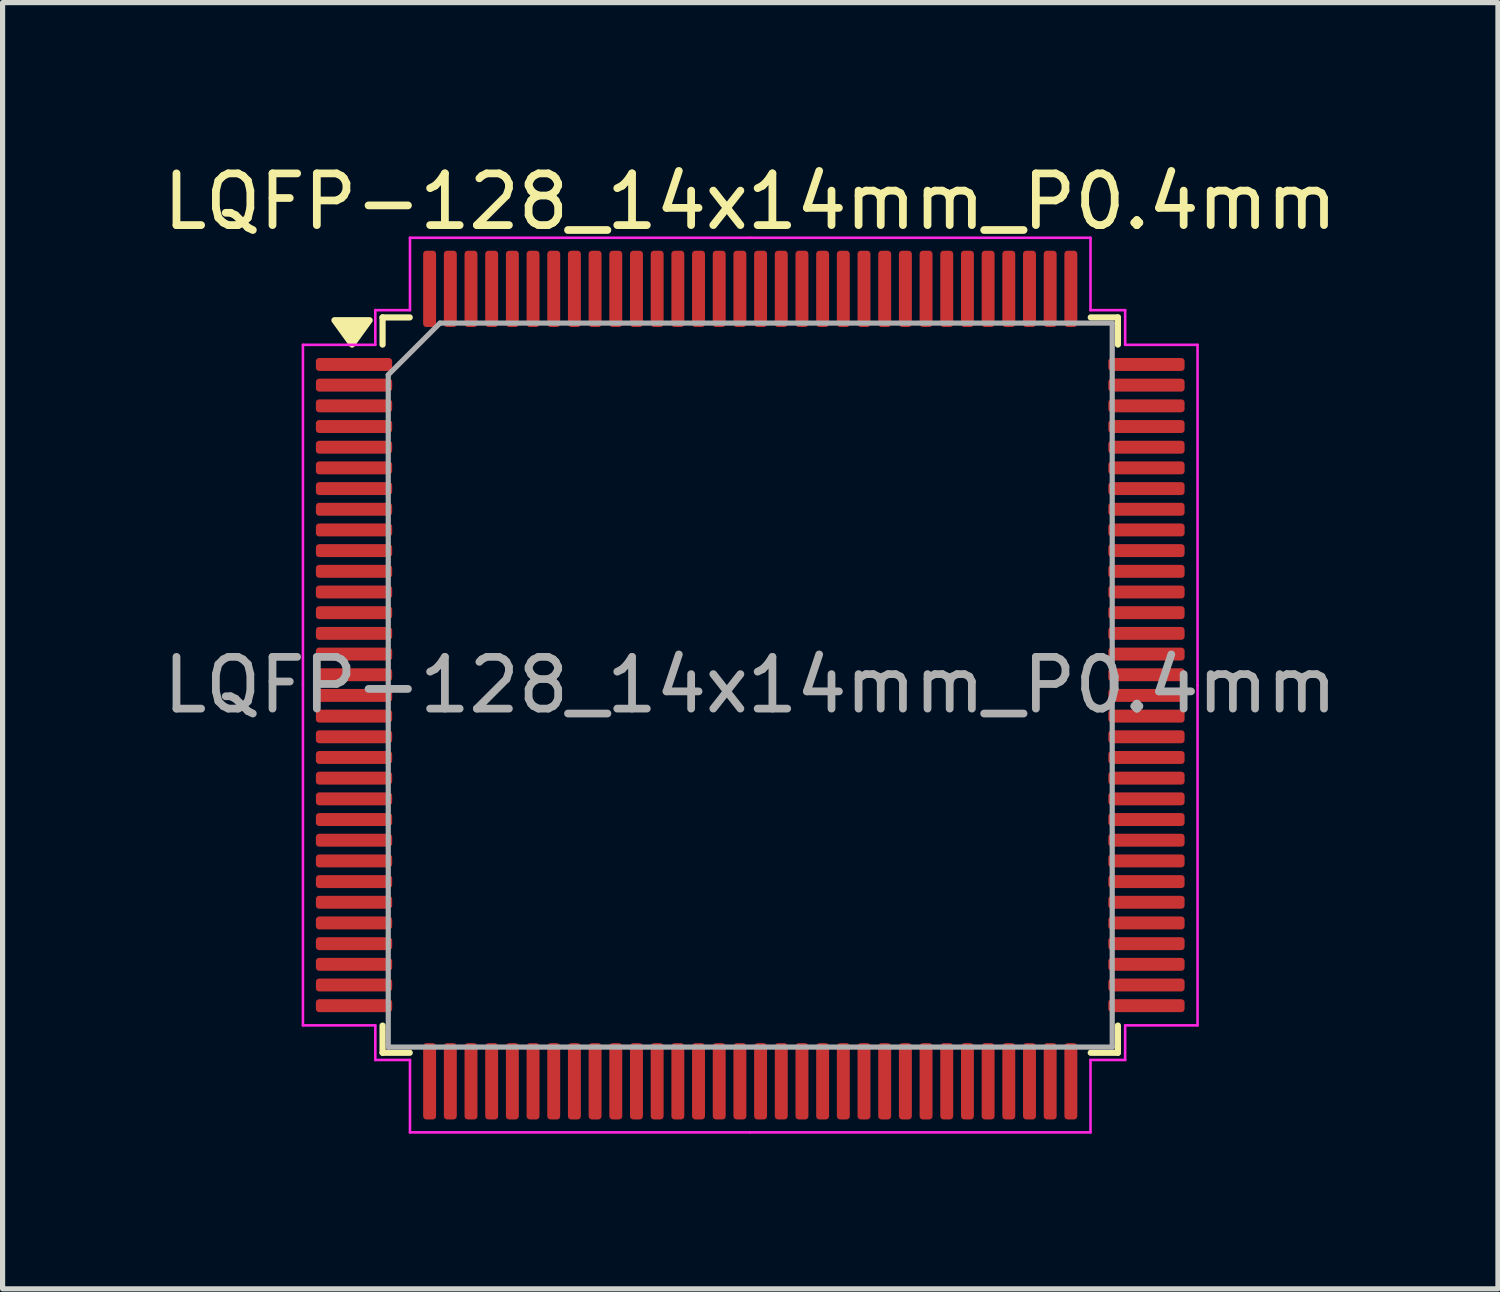
<source format=kicad_pcb>
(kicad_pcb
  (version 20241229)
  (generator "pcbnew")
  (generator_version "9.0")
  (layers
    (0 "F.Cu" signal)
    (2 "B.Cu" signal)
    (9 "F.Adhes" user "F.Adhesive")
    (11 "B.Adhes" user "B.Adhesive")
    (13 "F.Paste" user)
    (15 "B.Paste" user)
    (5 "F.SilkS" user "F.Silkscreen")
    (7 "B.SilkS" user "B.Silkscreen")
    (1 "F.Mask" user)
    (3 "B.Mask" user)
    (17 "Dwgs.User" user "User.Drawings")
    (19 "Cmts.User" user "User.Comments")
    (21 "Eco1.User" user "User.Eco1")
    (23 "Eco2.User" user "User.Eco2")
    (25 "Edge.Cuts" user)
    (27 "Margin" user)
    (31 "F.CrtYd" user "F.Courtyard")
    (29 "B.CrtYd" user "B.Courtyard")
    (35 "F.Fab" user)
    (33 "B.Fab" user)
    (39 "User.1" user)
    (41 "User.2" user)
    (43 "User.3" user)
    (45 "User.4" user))
  (footprint "LQFP-128_14x14mm_P0.4mm"
    (layer "F.Cu")
    (at 11.458 10.198)
    (property "Reference" "LQFP-128_14x14mm_P0.4mm" (at 0 -9.35 0) (layer "F.SilkS") (effects (font (size 1 1) (thickness 0.15))))
    (attr smd)
    (fp_line (start -7.11 -7.11) (end -7.11 -6.585) (stroke (width 0.12) (type solid)) (layer "F.SilkS"))
    (fp_line (start -7.11 7.11) (end -7.11 6.585) (stroke (width 0.12) (type solid)) (layer "F.SilkS"))
    (fp_line (start -6.585 -7.11) (end -7.11 -7.11) (stroke (width 0.12) (type solid)) (layer "F.SilkS"))
    (fp_line (start -6.585 7.11) (end -7.11 7.11) (stroke (width 0.12) (type solid)) (layer "F.SilkS"))
    (fp_line (start 6.585 -7.11) (end 7.11 -7.11) (stroke (width 0.12) (type solid)) (layer "F.SilkS"))
    (fp_line (start 6.585 7.11) (end 7.11 7.11) (stroke (width 0.12) (type solid)) (layer "F.SilkS"))
    (fp_line (start 7.11 -7.11) (end 7.11 -6.585) (stroke (width 0.12) (type solid)) (layer "F.SilkS"))
    (fp_line (start 7.11 7.11) (end 7.11 6.585) (stroke (width 0.12) (type solid)) (layer "F.SilkS"))
    (fp_poly (pts (xy -7.7 -6.585) (xy -8.04 -7.055) (xy -7.36 -7.055) (xy -7.7 -6.585)) (stroke (width 0.12) (type solid)) (fill yes) (layer "F.SilkS"))
    (fp_line (start -8.65 -6.58) (end -8.65 0) (stroke (width 0.05) (type solid)) (layer "F.CrtYd"))
    (fp_line (start -8.65 6.58) (end -8.65 0) (stroke (width 0.05) (type solid)) (layer "F.CrtYd"))
    (fp_line (start -7.25 -7.25) (end -7.25 -6.58) (stroke (width 0.05) (type solid)) (layer "F.CrtYd"))
    (fp_line (start -7.25 -6.58) (end -8.65 -6.58) (stroke (width 0.05) (type solid)) (layer "F.CrtYd"))
    (fp_line (start -7.25 6.58) (end -8.65 6.58) (stroke (width 0.05) (type solid)) (layer "F.CrtYd"))
    (fp_line (start -7.25 7.25) (end -7.25 6.58) (stroke (width 0.05) (type solid)) (layer "F.CrtYd"))
    (fp_line (start -6.58 -8.65) (end -6.58 -7.25) (stroke (width 0.05) (type solid)) (layer "F.CrtYd"))
    (fp_line (start -6.58 -7.25) (end -7.25 -7.25) (stroke (width 0.05) (type solid)) (layer "F.CrtYd"))
    (fp_line (start -6.58 7.25) (end -7.25 7.25) (stroke (width 0.05) (type solid)) (layer "F.CrtYd"))
    (fp_line (start -6.58 8.65) (end -6.58 7.25) (stroke (width 0.05) (type solid)) (layer "F.CrtYd"))
    (fp_line (start 0 -8.65) (end -6.58 -8.65) (stroke (width 0.05) (type solid)) (layer "F.CrtYd"))
    (fp_line (start 0 -8.65) (end 6.58 -8.65) (stroke (width 0.05) (type solid)) (layer "F.CrtYd"))
    (fp_line (start 0 8.65) (end -6.58 8.65) (stroke (width 0.05) (type solid)) (layer "F.CrtYd"))
    (fp_line (start 0 8.65) (end 6.58 8.65) (stroke (width 0.05) (type solid)) (layer "F.CrtYd"))
    (fp_line (start 6.58 -8.65) (end 6.58 -7.25) (stroke (width 0.05) (type solid)) (layer "F.CrtYd"))
    (fp_line (start 6.58 -7.25) (end 7.25 -7.25) (stroke (width 0.05) (type solid)) (layer "F.CrtYd"))
    (fp_line (start 6.58 7.25) (end 7.25 7.25) (stroke (width 0.05) (type solid)) (layer "F.CrtYd"))
    (fp_line (start 6.58 8.65) (end 6.58 7.25) (stroke (width 0.05) (type solid)) (layer "F.CrtYd"))
    (fp_line (start 7.25 -7.25) (end 7.25 -6.58) (stroke (width 0.05) (type solid)) (layer "F.CrtYd"))
    (fp_line (start 7.25 -6.58) (end 8.65 -6.58) (stroke (width 0.05) (type solid)) (layer "F.CrtYd"))
    (fp_line (start 7.25 6.58) (end 8.65 6.58) (stroke (width 0.05) (type solid)) (layer "F.CrtYd"))
    (fp_line (start 7.25 7.25) (end 7.25 6.58) (stroke (width 0.05) (type solid)) (layer "F.CrtYd"))
    (fp_line (start 8.65 -6.58) (end 8.65 0) (stroke (width 0.05) (type solid)) (layer "F.CrtYd"))
    (fp_line (start 8.65 6.58) (end 8.65 0) (stroke (width 0.05) (type solid)) (layer "F.CrtYd"))
    (fp_line (start -7 -6) (end -6 -7) (stroke (width 0.1) (type solid)) (layer "F.Fab"))
    (fp_line (start -7 7) (end -7 -6) (stroke (width 0.1) (type solid)) (layer "F.Fab"))
    (fp_line (start -6 -7) (end 7 -7) (stroke (width 0.1) (type solid)) (layer "F.Fab"))
    (fp_line (start 7 -7) (end 7 7) (stroke (width 0.1) (type solid)) (layer "F.Fab"))
    (fp_line (start 7 7) (end -7 7) (stroke (width 0.1) (type solid)) (layer "F.Fab"))
    (fp_text user "${REFERENCE}" (at 0 0 0) (layer "F.Fab") (effects (font (size 1 1) (thickness 0.15))))
    (pad "1" smd roundrect (at -7.662 -6.2) (size 1.475 0.25) (layers "F.Cu" "F.Mask" "F.Paste") (roundrect_rratio 0.25))
    (pad "2" smd roundrect (at -7.662 -5.8) (size 1.475 0.25) (layers "F.Cu" "F.Mask" "F.Paste") (roundrect_rratio 0.25))
    (pad "3" smd roundrect (at -7.662 -5.4) (size 1.475 0.25) (layers "F.Cu" "F.Mask" "F.Paste") (roundrect_rratio 0.25))
    (pad "4" smd roundrect (at -7.662 -5) (size 1.475 0.25) (layers "F.Cu" "F.Mask" "F.Paste") (roundrect_rratio 0.25))
    (pad "5" smd roundrect (at -7.662 -4.6) (size 1.475 0.25) (layers "F.Cu" "F.Mask" "F.Paste") (roundrect_rratio 0.25))
    (pad "6" smd roundrect (at -7.662 -4.2) (size 1.475 0.25) (layers "F.Cu" "F.Mask" "F.Paste") (roundrect_rratio 0.25))
    (pad "7" smd roundrect (at -7.662 -3.8) (size 1.475 0.25) (layers "F.Cu" "F.Mask" "F.Paste") (roundrect_rratio 0.25))
    (pad "8" smd roundrect (at -7.662 -3.4) (size 1.475 0.25) (layers "F.Cu" "F.Mask" "F.Paste") (roundrect_rratio 0.25))
    (pad "9" smd roundrect (at -7.662 -3) (size 1.475 0.25) (layers "F.Cu" "F.Mask" "F.Paste") (roundrect_rratio 0.25))
    (pad "10" smd roundrect (at -7.662 -2.6) (size 1.475 0.25) (layers "F.Cu" "F.Mask" "F.Paste") (roundrect_rratio 0.25))
    (pad "11" smd roundrect (at -7.662 -2.2) (size 1.475 0.25) (layers "F.Cu" "F.Mask" "F.Paste") (roundrect_rratio 0.25))
    (pad "12" smd roundrect (at -7.662 -1.8) (size 1.475 0.25) (layers "F.Cu" "F.Mask" "F.Paste") (roundrect_rratio 0.25))
    (pad "13" smd roundrect (at -7.662 -1.4) (size 1.475 0.25) (layers "F.Cu" "F.Mask" "F.Paste") (roundrect_rratio 0.25))
    (pad "14" smd roundrect (at -7.662 -1) (size 1.475 0.25) (layers "F.Cu" "F.Mask" "F.Paste") (roundrect_rratio 0.25))
    (pad "15" smd roundrect (at -7.662 -0.6) (size 1.475 0.25) (layers "F.Cu" "F.Mask" "F.Paste") (roundrect_rratio 0.25))
    (pad "16" smd roundrect (at -7.662 -0.2) (size 1.475 0.25) (layers "F.Cu" "F.Mask" "F.Paste") (roundrect_rratio 0.25))
    (pad "17" smd roundrect (at -7.662 0.2) (size 1.475 0.25) (layers "F.Cu" "F.Mask" "F.Paste") (roundrect_rratio 0.25))
    (pad "18" smd roundrect (at -7.662 0.6) (size 1.475 0.25) (layers "F.Cu" "F.Mask" "F.Paste") (roundrect_rratio 0.25))
    (pad "19" smd roundrect (at -7.662 1) (size 1.475 0.25) (layers "F.Cu" "F.Mask" "F.Paste") (roundrect_rratio 0.25))
    (pad "20" smd roundrect (at -7.662 1.4) (size 1.475 0.25) (layers "F.Cu" "F.Mask" "F.Paste") (roundrect_rratio 0.25))
    (pad "21" smd roundrect (at -7.662 1.8) (size 1.475 0.25) (layers "F.Cu" "F.Mask" "F.Paste") (roundrect_rratio 0.25))
    (pad "22" smd roundrect (at -7.662 2.2) (size 1.475 0.25) (layers "F.Cu" "F.Mask" "F.Paste") (roundrect_rratio 0.25))
    (pad "23" smd roundrect (at -7.662 2.6) (size 1.475 0.25) (layers "F.Cu" "F.Mask" "F.Paste") (roundrect_rratio 0.25))
    (pad "24" smd roundrect (at -7.662 3) (size 1.475 0.25) (layers "F.Cu" "F.Mask" "F.Paste") (roundrect_rratio 0.25))
    (pad "25" smd roundrect (at -7.662 3.4) (size 1.475 0.25) (layers "F.Cu" "F.Mask" "F.Paste") (roundrect_rratio 0.25))
    (pad "26" smd roundrect (at -7.662 3.8) (size 1.475 0.25) (layers "F.Cu" "F.Mask" "F.Paste") (roundrect_rratio 0.25))
    (pad "27" smd roundrect (at -7.662 4.2) (size 1.475 0.25) (layers "F.Cu" "F.Mask" "F.Paste") (roundrect_rratio 0.25))
    (pad "28" smd roundrect (at -7.662 4.6) (size 1.475 0.25) (layers "F.Cu" "F.Mask" "F.Paste") (roundrect_rratio 0.25))
    (pad "29" smd roundrect (at -7.662 5) (size 1.475 0.25) (layers "F.Cu" "F.Mask" "F.Paste") (roundrect_rratio 0.25))
    (pad "30" smd roundrect (at -7.662 5.4) (size 1.475 0.25) (layers "F.Cu" "F.Mask" "F.Paste") (roundrect_rratio 0.25))
    (pad "31" smd roundrect (at -7.662 5.8) (size 1.475 0.25) (layers "F.Cu" "F.Mask" "F.Paste") (roundrect_rratio 0.25))
    (pad "32" smd roundrect (at -7.662 6.2) (size 1.475 0.25) (layers "F.Cu" "F.Mask" "F.Paste") (roundrect_rratio 0.25))
    (pad "33" smd roundrect (at -6.2 7.662) (size 0.25 1.475) (layers "F.Cu" "F.Mask" "F.Paste") (roundrect_rratio 0.25))
    (pad "34" smd roundrect (at -5.8 7.662) (size 0.25 1.475) (layers "F.Cu" "F.Mask" "F.Paste") (roundrect_rratio 0.25))
    (pad "35" smd roundrect (at -5.4 7.662) (size 0.25 1.475) (layers "F.Cu" "F.Mask" "F.Paste") (roundrect_rratio 0.25))
    (pad "36" smd roundrect (at -5 7.662) (size 0.25 1.475) (layers "F.Cu" "F.Mask" "F.Paste") (roundrect_rratio 0.25))
    (pad "37" smd roundrect (at -4.6 7.662) (size 0.25 1.475) (layers "F.Cu" "F.Mask" "F.Paste") (roundrect_rratio 0.25))
    (pad "38" smd roundrect (at -4.2 7.662) (size 0.25 1.475) (layers "F.Cu" "F.Mask" "F.Paste") (roundrect_rratio 0.25))
    (pad "39" smd roundrect (at -3.8 7.662) (size 0.25 1.475) (layers "F.Cu" "F.Mask" "F.Paste") (roundrect_rratio 0.25))
    (pad "40" smd roundrect (at -3.4 7.662) (size 0.25 1.475) (layers "F.Cu" "F.Mask" "F.Paste") (roundrect_rratio 0.25))
    (pad "41" smd roundrect (at -3 7.662) (size 0.25 1.475) (layers "F.Cu" "F.Mask" "F.Paste") (roundrect_rratio 0.25))
    (pad "42" smd roundrect (at -2.6 7.662) (size 0.25 1.475) (layers "F.Cu" "F.Mask" "F.Paste") (roundrect_rratio 0.25))
    (pad "43" smd roundrect (at -2.2 7.662) (size 0.25 1.475) (layers "F.Cu" "F.Mask" "F.Paste") (roundrect_rratio 0.25))
    (pad "44" smd roundrect (at -1.8 7.662) (size 0.25 1.475) (layers "F.Cu" "F.Mask" "F.Paste") (roundrect_rratio 0.25))
    (pad "45" smd roundrect (at -1.4 7.662) (size 0.25 1.475) (layers "F.Cu" "F.Mask" "F.Paste") (roundrect_rratio 0.25))
    (pad "46" smd roundrect (at -1 7.662) (size 0.25 1.475) (layers "F.Cu" "F.Mask" "F.Paste") (roundrect_rratio 0.25))
    (pad "47" smd roundrect (at -0.6 7.662) (size 0.25 1.475) (layers "F.Cu" "F.Mask" "F.Paste") (roundrect_rratio 0.25))
    (pad "48" smd roundrect (at -0.2 7.662) (size 0.25 1.475) (layers "F.Cu" "F.Mask" "F.Paste") (roundrect_rratio 0.25))
    (pad "49" smd roundrect (at 0.2 7.662) (size 0.25 1.475) (layers "F.Cu" "F.Mask" "F.Paste") (roundrect_rratio 0.25))
    (pad "50" smd roundrect (at 0.6 7.662) (size 0.25 1.475) (layers "F.Cu" "F.Mask" "F.Paste") (roundrect_rratio 0.25))
    (pad "51" smd roundrect (at 1 7.662) (size 0.25 1.475) (layers "F.Cu" "F.Mask" "F.Paste") (roundrect_rratio 0.25))
    (pad "52" smd roundrect (at 1.4 7.662) (size 0.25 1.475) (layers "F.Cu" "F.Mask" "F.Paste") (roundrect_rratio 0.25))
    (pad "53" smd roundrect (at 1.8 7.662) (size 0.25 1.475) (layers "F.Cu" "F.Mask" "F.Paste") (roundrect_rratio 0.25))
    (pad "54" smd roundrect (at 2.2 7.662) (size 0.25 1.475) (layers "F.Cu" "F.Mask" "F.Paste") (roundrect_rratio 0.25))
    (pad "55" smd roundrect (at 2.6 7.662) (size 0.25 1.475) (layers "F.Cu" "F.Mask" "F.Paste") (roundrect_rratio 0.25))
    (pad "56" smd roundrect (at 3 7.662) (size 0.25 1.475) (layers "F.Cu" "F.Mask" "F.Paste") (roundrect_rratio 0.25))
    (pad "57" smd roundrect (at 3.4 7.662) (size 0.25 1.475) (layers "F.Cu" "F.Mask" "F.Paste") (roundrect_rratio 0.25))
    (pad "58" smd roundrect (at 3.8 7.662) (size 0.25 1.475) (layers "F.Cu" "F.Mask" "F.Paste") (roundrect_rratio 0.25))
    (pad "59" smd roundrect (at 4.2 7.662) (size 0.25 1.475) (layers "F.Cu" "F.Mask" "F.Paste") (roundrect_rratio 0.25))
    (pad "60" smd roundrect (at 4.6 7.662) (size 0.25 1.475) (layers "F.Cu" "F.Mask" "F.Paste") (roundrect_rratio 0.25))
    (pad "61" smd roundrect (at 5 7.662) (size 0.25 1.475) (layers "F.Cu" "F.Mask" "F.Paste") (roundrect_rratio 0.25))
    (pad "62" smd roundrect (at 5.4 7.662) (size 0.25 1.475) (layers "F.Cu" "F.Mask" "F.Paste") (roundrect_rratio 0.25))
    (pad "63" smd roundrect (at 5.8 7.662) (size 0.25 1.475) (layers "F.Cu" "F.Mask" "F.Paste") (roundrect_rratio 0.25))
    (pad "64" smd roundrect (at 6.2 7.662) (size 0.25 1.475) (layers "F.Cu" "F.Mask" "F.Paste") (roundrect_rratio 0.25))
    (pad "65" smd roundrect (at 7.662 6.2) (size 1.475 0.25) (layers "F.Cu" "F.Mask" "F.Paste") (roundrect_rratio 0.25))
    (pad "66" smd roundrect (at 7.662 5.8) (size 1.475 0.25) (layers "F.Cu" "F.Mask" "F.Paste") (roundrect_rratio 0.25))
    (pad "67" smd roundrect (at 7.662 5.4) (size 1.475 0.25) (layers "F.Cu" "F.Mask" "F.Paste") (roundrect_rratio 0.25))
    (pad "68" smd roundrect (at 7.662 5) (size 1.475 0.25) (layers "F.Cu" "F.Mask" "F.Paste") (roundrect_rratio 0.25))
    (pad "69" smd roundrect (at 7.662 4.6) (size 1.475 0.25) (layers "F.Cu" "F.Mask" "F.Paste") (roundrect_rratio 0.25))
    (pad "70" smd roundrect (at 7.662 4.2) (size 1.475 0.25) (layers "F.Cu" "F.Mask" "F.Paste") (roundrect_rratio 0.25))
    (pad "71" smd roundrect (at 7.662 3.8) (size 1.475 0.25) (layers "F.Cu" "F.Mask" "F.Paste") (roundrect_rratio 0.25))
    (pad "72" smd roundrect (at 7.662 3.4) (size 1.475 0.25) (layers "F.Cu" "F.Mask" "F.Paste") (roundrect_rratio 0.25))
    (pad "73" smd roundrect (at 7.662 3) (size 1.475 0.25) (layers "F.Cu" "F.Mask" "F.Paste") (roundrect_rratio 0.25))
    (pad "74" smd roundrect (at 7.662 2.6) (size 1.475 0.25) (layers "F.Cu" "F.Mask" "F.Paste") (roundrect_rratio 0.25))
    (pad "75" smd roundrect (at 7.662 2.2) (size 1.475 0.25) (layers "F.Cu" "F.Mask" "F.Paste") (roundrect_rratio 0.25))
    (pad "76" smd roundrect (at 7.662 1.8) (size 1.475 0.25) (layers "F.Cu" "F.Mask" "F.Paste") (roundrect_rratio 0.25))
    (pad "77" smd roundrect (at 7.662 1.4) (size 1.475 0.25) (layers "F.Cu" "F.Mask" "F.Paste") (roundrect_rratio 0.25))
    (pad "78" smd roundrect (at 7.662 1) (size 1.475 0.25) (layers "F.Cu" "F.Mask" "F.Paste") (roundrect_rratio 0.25))
    (pad "79" smd roundrect (at 7.662 0.6) (size 1.475 0.25) (layers "F.Cu" "F.Mask" "F.Paste") (roundrect_rratio 0.25))
    (pad "80" smd roundrect (at 7.662 0.2) (size 1.475 0.25) (layers "F.Cu" "F.Mask" "F.Paste") (roundrect_rratio 0.25))
    (pad "81" smd roundrect (at 7.662 -0.2) (size 1.475 0.25) (layers "F.Cu" "F.Mask" "F.Paste") (roundrect_rratio 0.25))
    (pad "82" smd roundrect (at 7.662 -0.6) (size 1.475 0.25) (layers "F.Cu" "F.Mask" "F.Paste") (roundrect_rratio 0.25))
    (pad "83" smd roundrect (at 7.662 -1) (size 1.475 0.25) (layers "F.Cu" "F.Mask" "F.Paste") (roundrect_rratio 0.25))
    (pad "84" smd roundrect (at 7.662 -1.4) (size 1.475 0.25) (layers "F.Cu" "F.Mask" "F.Paste") (roundrect_rratio 0.25))
    (pad "85" smd roundrect (at 7.662 -1.8) (size 1.475 0.25) (layers "F.Cu" "F.Mask" "F.Paste") (roundrect_rratio 0.25))
    (pad "86" smd roundrect (at 7.662 -2.2) (size 1.475 0.25) (layers "F.Cu" "F.Mask" "F.Paste") (roundrect_rratio 0.25))
    (pad "87" smd roundrect (at 7.662 -2.6) (size 1.475 0.25) (layers "F.Cu" "F.Mask" "F.Paste") (roundrect_rratio 0.25))
    (pad "88" smd roundrect (at 7.662 -3) (size 1.475 0.25) (layers "F.Cu" "F.Mask" "F.Paste") (roundrect_rratio 0.25))
    (pad "89" smd roundrect (at 7.662 -3.4) (size 1.475 0.25) (layers "F.Cu" "F.Mask" "F.Paste") (roundrect_rratio 0.25))
    (pad "90" smd roundrect (at 7.662 -3.8) (size 1.475 0.25) (layers "F.Cu" "F.Mask" "F.Paste") (roundrect_rratio 0.25))
    (pad "91" smd roundrect (at 7.662 -4.2) (size 1.475 0.25) (layers "F.Cu" "F.Mask" "F.Paste") (roundrect_rratio 0.25))
    (pad "92" smd roundrect (at 7.662 -4.6) (size 1.475 0.25) (layers "F.Cu" "F.Mask" "F.Paste") (roundrect_rratio 0.25))
    (pad "93" smd roundrect (at 7.662 -5) (size 1.475 0.25) (layers "F.Cu" "F.Mask" "F.Paste") (roundrect_rratio 0.25))
    (pad "94" smd roundrect (at 7.662 -5.4) (size 1.475 0.25) (layers "F.Cu" "F.Mask" "F.Paste") (roundrect_rratio 0.25))
    (pad "95" smd roundrect (at 7.662 -5.8) (size 1.475 0.25) (layers "F.Cu" "F.Mask" "F.Paste") (roundrect_rratio 0.25))
    (pad "96" smd roundrect (at 7.662 -6.2) (size 1.475 0.25) (layers "F.Cu" "F.Mask" "F.Paste") (roundrect_rratio 0.25))
    (pad "97" smd roundrect (at 6.2 -7.662) (size 0.25 1.475) (layers "F.Cu" "F.Mask" "F.Paste") (roundrect_rratio 0.25))
    (pad "98" smd roundrect (at 5.8 -7.662) (size 0.25 1.475) (layers "F.Cu" "F.Mask" "F.Paste") (roundrect_rratio 0.25))
    (pad "99" smd roundrect (at 5.4 -7.662) (size 0.25 1.475) (layers "F.Cu" "F.Mask" "F.Paste") (roundrect_rratio 0.25))
    (pad "100" smd roundrect (at 5 -7.662) (size 0.25 1.475) (layers "F.Cu" "F.Mask" "F.Paste") (roundrect_rratio 0.25))
    (pad "101" smd roundrect (at 4.6 -7.662) (size 0.25 1.475) (layers "F.Cu" "F.Mask" "F.Paste") (roundrect_rratio 0.25))
    (pad "102" smd roundrect (at 4.2 -7.662) (size 0.25 1.475) (layers "F.Cu" "F.Mask" "F.Paste") (roundrect_rratio 0.25))
    (pad "103" smd roundrect (at 3.8 -7.662) (size 0.25 1.475) (layers "F.Cu" "F.Mask" "F.Paste") (roundrect_rratio 0.25))
    (pad "104" smd roundrect (at 3.4 -7.662) (size 0.25 1.475) (layers "F.Cu" "F.Mask" "F.Paste") (roundrect_rratio 0.25))
    (pad "105" smd roundrect (at 3 -7.662) (size 0.25 1.475) (layers "F.Cu" "F.Mask" "F.Paste") (roundrect_rratio 0.25))
    (pad "106" smd roundrect (at 2.6 -7.662) (size 0.25 1.475) (layers "F.Cu" "F.Mask" "F.Paste") (roundrect_rratio 0.25))
    (pad "107" smd roundrect (at 2.2 -7.662) (size 0.25 1.475) (layers "F.Cu" "F.Mask" "F.Paste") (roundrect_rratio 0.25))
    (pad "108" smd roundrect (at 1.8 -7.662) (size 0.25 1.475) (layers "F.Cu" "F.Mask" "F.Paste") (roundrect_rratio 0.25))
    (pad "109" smd roundrect (at 1.4 -7.662) (size 0.25 1.475) (layers "F.Cu" "F.Mask" "F.Paste") (roundrect_rratio 0.25))
    (pad "110" smd roundrect (at 1 -7.662) (size 0.25 1.475) (layers "F.Cu" "F.Mask" "F.Paste") (roundrect_rratio 0.25))
    (pad "111" smd roundrect (at 0.6 -7.662) (size 0.25 1.475) (layers "F.Cu" "F.Mask" "F.Paste") (roundrect_rratio 0.25))
    (pad "112" smd roundrect (at 0.2 -7.662) (size 0.25 1.475) (layers "F.Cu" "F.Mask" "F.Paste") (roundrect_rratio 0.25))
    (pad "113" smd roundrect (at -0.2 -7.662) (size 0.25 1.475) (layers "F.Cu" "F.Mask" "F.Paste") (roundrect_rratio 0.25))
    (pad "114" smd roundrect (at -0.6 -7.662) (size 0.25 1.475) (layers "F.Cu" "F.Mask" "F.Paste") (roundrect_rratio 0.25))
    (pad "115" smd roundrect (at -1 -7.662) (size 0.25 1.475) (layers "F.Cu" "F.Mask" "F.Paste") (roundrect_rratio 0.25))
    (pad "116" smd roundrect (at -1.4 -7.662) (size 0.25 1.475) (layers "F.Cu" "F.Mask" "F.Paste") (roundrect_rratio 0.25))
    (pad "117" smd roundrect (at -1.8 -7.662) (size 0.25 1.475) (layers "F.Cu" "F.Mask" "F.Paste") (roundrect_rratio 0.25))
    (pad "118" smd roundrect (at -2.2 -7.662) (size 0.25 1.475) (layers "F.Cu" "F.Mask" "F.Paste") (roundrect_rratio 0.25))
    (pad "119" smd roundrect (at -2.6 -7.662) (size 0.25 1.475) (layers "F.Cu" "F.Mask" "F.Paste") (roundrect_rratio 0.25))
    (pad "120" smd roundrect (at -3 -7.662) (size 0.25 1.475) (layers "F.Cu" "F.Mask" "F.Paste") (roundrect_rratio 0.25))
    (pad "121" smd roundrect (at -3.4 -7.662) (size 0.25 1.475) (layers "F.Cu" "F.Mask" "F.Paste") (roundrect_rratio 0.25))
    (pad "122" smd roundrect (at -3.8 -7.662) (size 0.25 1.475) (layers "F.Cu" "F.Mask" "F.Paste") (roundrect_rratio 0.25))
    (pad "123" smd roundrect (at -4.2 -7.662) (size 0.25 1.475) (layers "F.Cu" "F.Mask" "F.Paste") (roundrect_rratio 0.25))
    (pad "124" smd roundrect (at -4.6 -7.662) (size 0.25 1.475) (layers "F.Cu" "F.Mask" "F.Paste") (roundrect_rratio 0.25))
    (pad "125" smd roundrect (at -5 -7.662) (size 0.25 1.475) (layers "F.Cu" "F.Mask" "F.Paste") (roundrect_rratio 0.25))
    (pad "126" smd roundrect (at -5.4 -7.662) (size 0.25 1.475) (layers "F.Cu" "F.Mask" "F.Paste") (roundrect_rratio 0.25))
    (pad "127" smd roundrect (at -5.8 -7.662) (size 0.25 1.475) (layers "F.Cu" "F.Mask" "F.Paste") (roundrect_rratio 0.25))
    (pad "128" smd roundrect (at -6.2 -7.662) (size 0.25 1.475) (layers "F.Cu" "F.Mask" "F.Paste") (roundrect_rratio 0.25)))
  (gr_rect
    (start -3 -3)
    (end 25.917 21.873)
    (stroke (width 0.1) (type default))
    (fill no)
    (layer "Edge.Cuts")))
</source>
